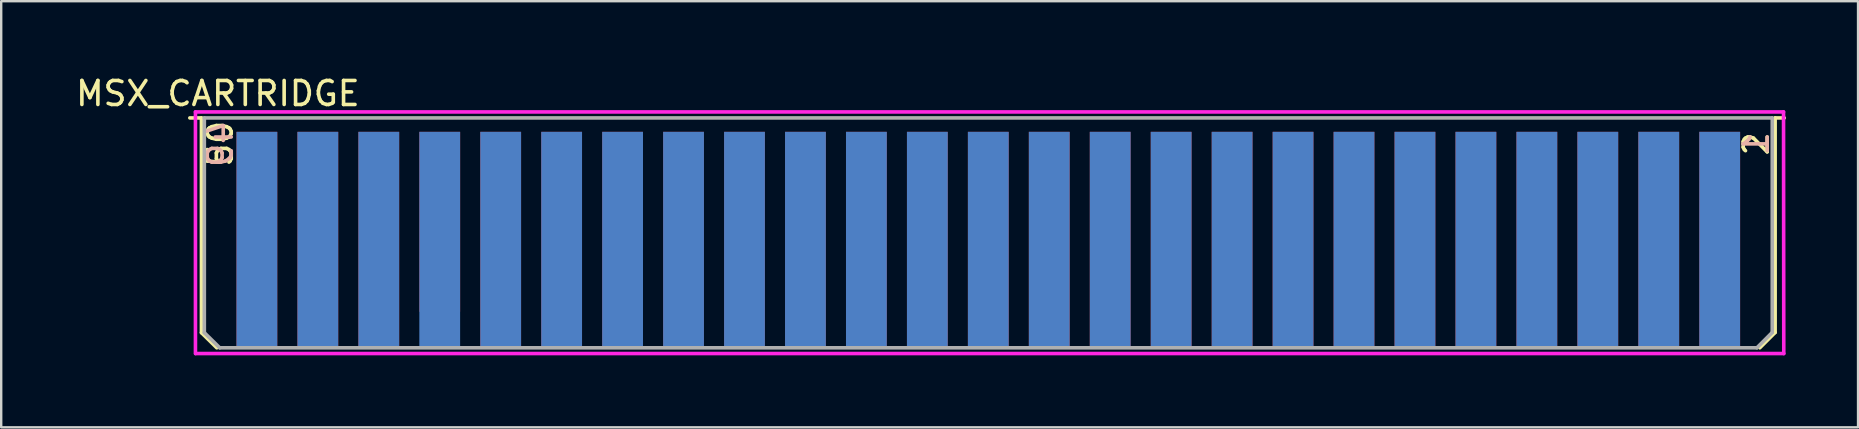
<source format=kicad_pcb>
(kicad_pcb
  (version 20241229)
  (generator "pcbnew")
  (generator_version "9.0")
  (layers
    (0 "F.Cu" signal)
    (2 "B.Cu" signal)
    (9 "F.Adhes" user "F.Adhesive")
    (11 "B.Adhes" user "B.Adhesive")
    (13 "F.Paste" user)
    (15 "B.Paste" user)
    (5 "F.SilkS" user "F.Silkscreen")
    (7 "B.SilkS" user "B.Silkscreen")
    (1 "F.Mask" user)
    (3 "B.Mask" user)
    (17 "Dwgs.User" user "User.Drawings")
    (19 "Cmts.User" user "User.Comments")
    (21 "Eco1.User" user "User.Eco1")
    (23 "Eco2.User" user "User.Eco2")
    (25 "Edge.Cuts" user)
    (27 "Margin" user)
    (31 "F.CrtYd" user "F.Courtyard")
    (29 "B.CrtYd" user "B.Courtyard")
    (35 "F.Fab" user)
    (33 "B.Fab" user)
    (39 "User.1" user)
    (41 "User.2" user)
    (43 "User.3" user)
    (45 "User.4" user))
  (footprint "MSX_CARTRIDGE"
    (layer "F.Cu")
    (at 68.615 6.944)
    (property "Reference" "MSX_CARTRIDGE" (at -62.586 -6.096 0) (layer "F.SilkS") (effects (font (size 1 1) (thickness 0.15))))
    (attr through_hole)
    (fp_line (start -63.27 -5.08) (end -63.754 -5.08) (stroke (width 0.15) (type solid)) (layer "F.SilkS"))
    (fp_line (start -63.27 3.87) (end -63.27 -5.08) (stroke (width 0.15) (type solid)) (layer "F.SilkS"))
    (fp_line (start -62.63 4.5) (end -63.27 3.87) (stroke (width 0.15) (type solid)) (layer "F.SilkS"))
    (fp_line (start 1.67 4.5) (end 2.31 3.86) (stroke (width 0.15) (type solid)) (layer "F.SilkS"))
    (fp_line (start 2.31 -5.08) (end 2.69 -5.08) (stroke (width 0.15) (type solid)) (layer "F.SilkS"))
    (fp_line (start 2.31 3.86) (end 2.31 -5.08) (stroke (width 0.15) (type solid)) (layer "F.SilkS"))
    (fp_line (start -63.52 -5.33) (end -63.52 4.74) (stroke (width 0.15) (type solid)) (layer "F.CrtYd"))
    (fp_line (start -63.51 4.74) (end 2.67 4.74) (stroke (width 0.15) (type solid)) (layer "F.CrtYd"))
    (fp_line (start 2.66 -5.33) (end -63.52 -5.33) (stroke (width 0.15) (type solid)) (layer "F.CrtYd"))
    (fp_line (start 2.67 4.74) (end 2.66 -5.33) (stroke (width 0.15) (type solid)) (layer "F.CrtYd"))
    (fp_line (start -63.15 -5.08) (end 2.19 -5.08) (stroke (width 0.15) (type solid)) (layer "F.Fab"))
    (fp_line (start -63.15 3.87) (end -63.15 -5.08) (stroke (width 0.15) (type solid)) (layer "F.Fab"))
    (fp_line (start -62.51 4.5) (end -63.15 3.87) (stroke (width 0.15) (type solid)) (layer "F.Fab"))
    (fp_line (start 1.55 4.5) (end -62.51 4.5) (stroke (width 0.15) (type solid)) (layer "F.Fab"))
    (fp_line (start 1.55 4.5) (end 2.19 3.86) (stroke (width 0.15) (type solid)) (layer "F.Fab"))
    (fp_line (start 2.19 -5.08) (end 2.19 3.86) (stroke (width 0.15) (type solid)) (layer "F.Fab"))
    (fp_text user "2" (at 1.524 -4 90) (layer "F.SilkS") (effects (font (size 1 1) (thickness 0.15))))
    (fp_text user "50" (at -62.484 -4 90) (layer "F.SilkS") (effects (font (size 1 1) (thickness 0.15))))
    (fp_text user "49" (at -62.484 -4 90) (layer "B.SilkS") (effects (font (size 1 1) (thickness 0.15)) (justify mirror)))
    (fp_text user "1" (at 1.524 -4 90) (layer "B.SilkS") (effects (font (size 1 1) (thickness 0.15)) (justify mirror)))
    (pad "1" connect rect (at 0 0) (size 1.7 9) (layers "B.Cu" "B.Mask"))
    (pad "2" connect rect (at 0 0) (size 1.7 9) (layers "F.Cu" "F.Mask"))
    (pad "3" connect rect (at -2.54 0) (size 1.7 9) (layers "B.Cu" "B.Mask"))
    (pad "4" connect rect (at -2.54 0) (size 1.7 9) (layers "F.Cu" "F.Mask"))
    (pad "5" connect rect (at -5.08 0) (size 1.7 9) (layers "B.Cu" "B.Mask"))
    (pad "6" connect rect (at -5.08 0) (size 1.7 9) (layers "F.Cu" "F.Mask"))
    (pad "7" connect rect (at -7.62 0) (size 1.7 9) (layers "B.Cu" "B.Mask"))
    (pad "8" connect rect (at -7.62 0) (size 1.7 9) (layers "F.Cu" "F.Mask"))
    (pad "9" connect rect (at -10.16 0) (size 1.7 9) (layers "B.Cu" "B.Mask"))
    (pad "10" connect rect (at -10.16 0) (size 1.7 9) (layers "F.Cu" "F.Mask"))
    (pad "11" connect rect (at -12.7 0) (size 1.7 9) (layers "B.Cu" "B.Mask"))
    (pad "12" connect rect (at -12.7 0) (size 1.7 9) (layers "F.Cu" "F.Mask"))
    (pad "13" connect rect (at -15.24 0) (size 1.7 9) (layers "B.Cu" "B.Mask"))
    (pad "14" connect rect (at -15.24 0) (size 1.7 9) (layers "F.Cu" "F.Mask"))
    (pad "15" connect rect (at -17.78 0) (size 1.7 9) (layers "B.Cu" "B.Mask"))
    (pad "16" connect rect (at -17.78 0) (size 1.7 9) (layers "F.Cu" "F.Mask"))
    (pad "17" connect rect (at -20.32 0) (size 1.7 9) (layers "B.Cu" "B.Mask"))
    (pad "18" connect rect (at -20.32 0) (size 1.7 9) (layers "F.Cu" "F.Mask"))
    (pad "19" connect rect (at -22.86 0) (size 1.7 9) (layers "B.Cu" "B.Mask"))
    (pad "20" connect rect (at -22.86 0) (size 1.7 9) (layers "F.Cu" "F.Mask"))
    (pad "21" connect rect (at -25.4 0) (size 1.7 9) (layers "B.Cu" "B.Mask"))
    (pad "22" connect rect (at -25.4 0) (size 1.7 9) (layers "F.Cu" "F.Mask"))
    (pad "23" connect rect (at -27.94 0) (size 1.7 9) (layers "B.Cu" "B.Mask"))
    (pad "24" connect rect (at -27.94 0) (size 1.7 9) (layers "F.Cu" "F.Mask"))
    (pad "25" connect rect (at -30.48 0) (size 1.7 9) (layers "B.Cu" "B.Mask"))
    (pad "26" connect rect (at -30.48 0) (size 1.7 9) (layers "F.Cu" "F.Mask"))
    (pad "27" connect rect (at -33.02 0) (size 1.7 9) (layers "B.Cu" "B.Mask"))
    (pad "28" connect rect (at -33.02 0) (size 1.7 9) (layers "F.Cu" "F.Mask"))
    (pad "29" connect rect (at -35.56 0) (size 1.7 9) (layers "B.Cu" "B.Mask"))
    (pad "30" connect rect (at -35.56 0) (size 1.7 9) (layers "F.Cu" "F.Mask"))
    (pad "31" connect rect (at -38.1 0) (size 1.7 9) (layers "B.Cu" "B.Mask"))
    (pad "32" connect rect (at -38.1 0) (size 1.7 9) (layers "F.Cu" "F.Mask"))
    (pad "33" connect rect (at -40.64 0) (size 1.7 9) (layers "B.Cu" "B.Mask"))
    (pad "34" connect rect (at -40.64 0) (size 1.7 9) (layers "F.Cu" "F.Mask"))
    (pad "35" connect rect (at -43.18 0) (size 1.7 9) (layers "B.Cu" "B.Mask"))
    (pad "36" connect rect (at -43.18 0) (size 1.7 9) (layers "F.Cu" "F.Mask"))
    (pad "37" connect rect (at -45.72 0) (size 1.7 9) (layers "B.Cu" "B.Mask"))
    (pad "38" connect rect (at -45.72 0) (size 1.7 9) (layers "F.Cu" "F.Mask"))
    (pad "39" connect rect (at -48.26 0) (size 1.7 9) (layers "B.Cu" "B.Mask"))
    (pad "40" connect rect (at -48.26 0) (size 1.7 9) (layers "F.Cu" "F.Mask"))
    (pad "41" connect rect (at -50.8 0) (size 1.7 9) (layers "B.Cu" "B.Mask"))
    (pad "42" connect rect (at -50.8 0) (size 1.7 9) (layers "F.Cu" "F.Mask"))
    (pad "43" connect rect (at -53.34 0) (size 1.7 9) (layers "B.Cu" "B.Mask"))
    (pad "44" connect rect (at -53.34 -0.75) (size 1.7 7.5) (layers "F.Cu" "F.Mask"))
    (pad "45" connect rect (at -55.88 0) (size 1.7 9) (layers "B.Cu" "B.Mask"))
    (pad "46" connect rect (at -55.88 0) (size 1.7 9) (layers "F.Cu" "F.Mask"))
    (pad "47" connect rect (at -58.42 0) (size 1.7 9) (layers "B.Cu" "B.Mask"))
    (pad "48" connect rect (at -58.42 0) (size 1.7 9) (layers "F.Cu" "F.Mask"))
    (pad "49" connect rect (at -60.96 0) (size 1.7 9) (layers "B.Cu" "B.Mask"))
    (pad "50" connect rect (at -60.96 0) (size 1.7 9) (layers "F.Cu" "F.Mask")))
  (gr_rect
    (start -3 -3)
    (end 74.38 14.759)
    (stroke (width 0.1) (type default))
    (fill no)
    (layer "Edge.Cuts")))
</source>
